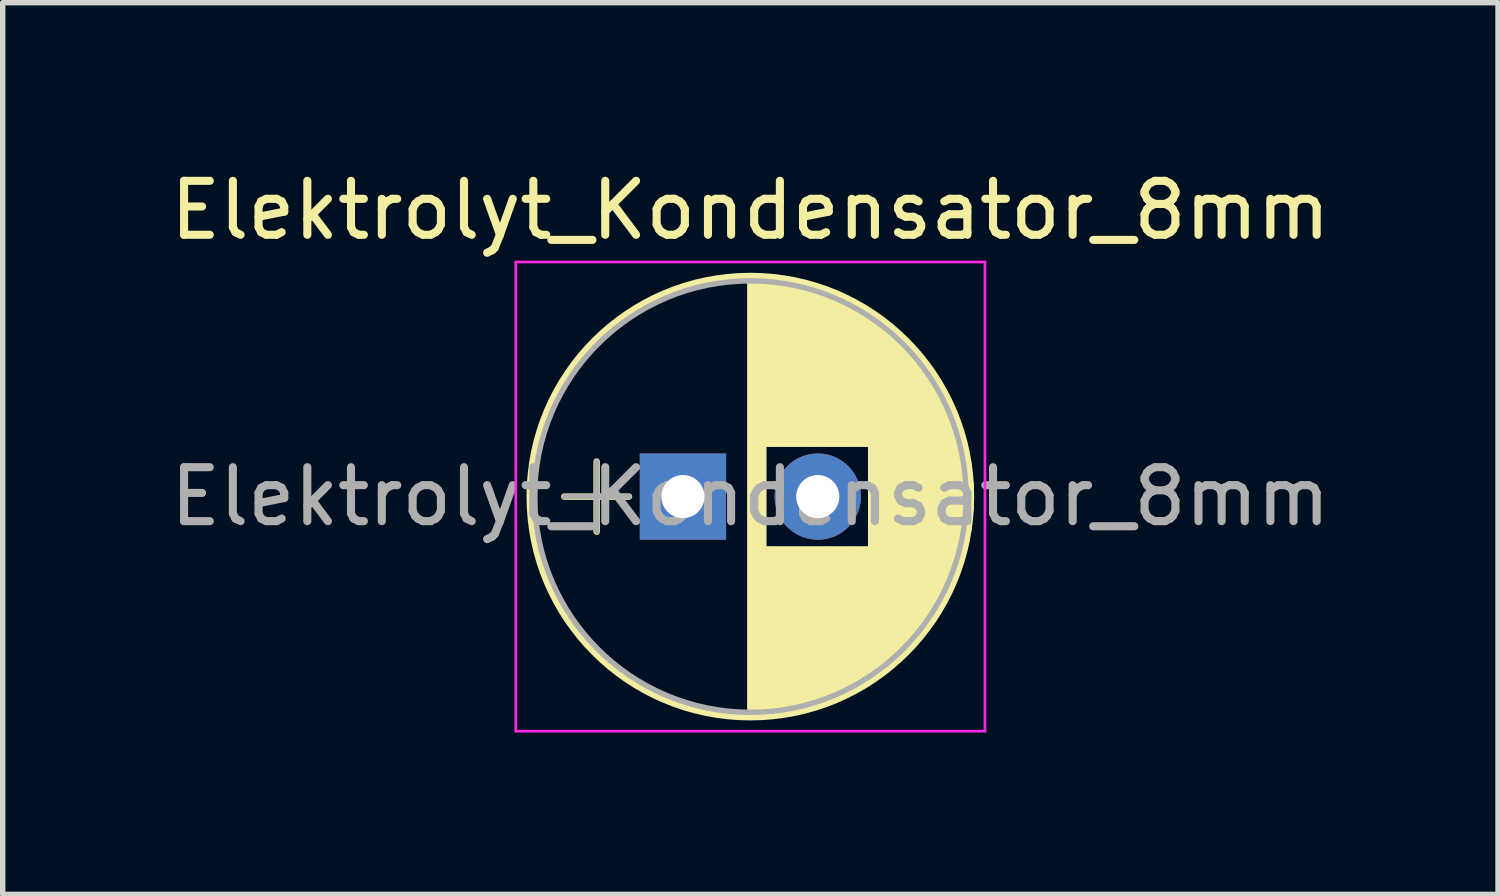
<source format=kicad_pcb>
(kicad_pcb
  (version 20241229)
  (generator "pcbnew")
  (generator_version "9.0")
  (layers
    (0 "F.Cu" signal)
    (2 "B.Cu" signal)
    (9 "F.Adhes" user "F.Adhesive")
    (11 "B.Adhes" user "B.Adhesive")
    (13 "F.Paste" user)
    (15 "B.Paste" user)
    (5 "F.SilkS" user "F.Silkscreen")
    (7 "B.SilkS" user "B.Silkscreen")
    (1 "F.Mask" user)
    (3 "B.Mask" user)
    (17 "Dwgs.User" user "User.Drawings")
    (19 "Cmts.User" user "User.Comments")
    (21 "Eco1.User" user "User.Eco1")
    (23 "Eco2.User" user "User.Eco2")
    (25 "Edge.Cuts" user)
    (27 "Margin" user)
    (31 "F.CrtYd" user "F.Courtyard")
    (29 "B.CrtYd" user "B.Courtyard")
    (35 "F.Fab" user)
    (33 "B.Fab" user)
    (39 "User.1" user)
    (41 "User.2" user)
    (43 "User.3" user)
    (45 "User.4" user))
  (footprint "Elektrolyt_Kondensator_8mm"
    (layer "F.Cu")
    (at 9.613 6.158)
    (property "Reference" "Elektrolyt_Kondensator_8mm" (at 1.25 -5.31 0) (layer "F.SilkS") (effects (font (size 1 1) (thickness 0.15))))
    (attr through_hole)
    (fp_line (start -2.2 0) (end -1 0) (stroke (width 0.12) (type solid)) (layer "F.SilkS"))
    (fp_line (start -1.6 -0.65) (end -1.6 0.65) (stroke (width 0.12) (type solid)) (layer "F.SilkS"))
    (fp_line (start 1.25 -4.05) (end 1.25 4.05) (stroke (width 0.12) (type solid)) (layer "F.SilkS"))
    (fp_line (start 1.29 -4.05) (end 1.29 4.05) (stroke (width 0.12) (type solid)) (layer "F.SilkS"))
    (fp_line (start 1.33 -4.05) (end 1.33 4.05) (stroke (width 0.12) (type solid)) (layer "F.SilkS"))
    (fp_line (start 1.37 -4.049) (end 1.37 4.049) (stroke (width 0.12) (type solid)) (layer "F.SilkS"))
    (fp_line (start 1.41 -4.047) (end 1.41 4.047) (stroke (width 0.12) (type solid)) (layer "F.SilkS"))
    (fp_line (start 1.45 -4.046) (end 1.45 4.046) (stroke (width 0.12) (type solid)) (layer "F.SilkS"))
    (fp_line (start 1.49 -4.043) (end 1.49 4.043) (stroke (width 0.12) (type solid)) (layer "F.SilkS"))
    (fp_line (start 1.53 -4.041) (end 1.53 -0.98) (stroke (width 0.12) (type solid)) (layer "F.SilkS"))
    (fp_line (start 1.53 0.98) (end 1.53 4.041) (stroke (width 0.12) (type solid)) (layer "F.SilkS"))
    (fp_line (start 1.57 -4.038) (end 1.57 -0.98) (stroke (width 0.12) (type solid)) (layer "F.SilkS"))
    (fp_line (start 1.57 0.98) (end 1.57 4.038) (stroke (width 0.12) (type solid)) (layer "F.SilkS"))
    (fp_line (start 1.61 -4.035) (end 1.61 -0.98) (stroke (width 0.12) (type solid)) (layer "F.SilkS"))
    (fp_line (start 1.61 0.98) (end 1.61 4.035) (stroke (width 0.12) (type solid)) (layer "F.SilkS"))
    (fp_line (start 1.65 -4.031) (end 1.65 -0.98) (stroke (width 0.12) (type solid)) (layer "F.SilkS"))
    (fp_line (start 1.65 0.98) (end 1.65 4.031) (stroke (width 0.12) (type solid)) (layer "F.SilkS"))
    (fp_line (start 1.69 -4.027) (end 1.69 -0.98) (stroke (width 0.12) (type solid)) (layer "F.SilkS"))
    (fp_line (start 1.69 0.98) (end 1.69 4.027) (stroke (width 0.12) (type solid)) (layer "F.SilkS"))
    (fp_line (start 1.73 -4.022) (end 1.73 -0.98) (stroke (width 0.12) (type solid)) (layer "F.SilkS"))
    (fp_line (start 1.73 0.98) (end 1.73 4.022) (stroke (width 0.12) (type solid)) (layer "F.SilkS"))
    (fp_line (start 1.77 -4.017) (end 1.77 -0.98) (stroke (width 0.12) (type solid)) (layer "F.SilkS"))
    (fp_line (start 1.77 0.98) (end 1.77 4.017) (stroke (width 0.12) (type solid)) (layer "F.SilkS"))
    (fp_line (start 1.81 -4.012) (end 1.81 -0.98) (stroke (width 0.12) (type solid)) (layer "F.SilkS"))
    (fp_line (start 1.81 0.98) (end 1.81 4.012) (stroke (width 0.12) (type solid)) (layer "F.SilkS"))
    (fp_line (start 1.85 -4.006) (end 1.85 -0.98) (stroke (width 0.12) (type solid)) (layer "F.SilkS"))
    (fp_line (start 1.85 0.98) (end 1.85 4.006) (stroke (width 0.12) (type solid)) (layer "F.SilkS"))
    (fp_line (start 1.89 -4) (end 1.89 -0.98) (stroke (width 0.12) (type solid)) (layer "F.SilkS"))
    (fp_line (start 1.89 0.98) (end 1.89 4) (stroke (width 0.12) (type solid)) (layer "F.SilkS"))
    (fp_line (start 1.93 -3.994) (end 1.93 -0.98) (stroke (width 0.12) (type solid)) (layer "F.SilkS"))
    (fp_line (start 1.93 0.98) (end 1.93 3.994) (stroke (width 0.12) (type solid)) (layer "F.SilkS"))
    (fp_line (start 1.971 -3.987) (end 1.971 -0.98) (stroke (width 0.12) (type solid)) (layer "F.SilkS"))
    (fp_line (start 1.971 0.98) (end 1.971 3.987) (stroke (width 0.12) (type solid)) (layer "F.SilkS"))
    (fp_line (start 2.011 -3.979) (end 2.011 -0.98) (stroke (width 0.12) (type solid)) (layer "F.SilkS"))
    (fp_line (start 2.011 0.98) (end 2.011 3.979) (stroke (width 0.12) (type solid)) (layer "F.SilkS"))
    (fp_line (start 2.051 -3.971) (end 2.051 -0.98) (stroke (width 0.12) (type solid)) (layer "F.SilkS"))
    (fp_line (start 2.051 0.98) (end 2.051 3.971) (stroke (width 0.12) (type solid)) (layer "F.SilkS"))
    (fp_line (start 2.091 -3.963) (end 2.091 -0.98) (stroke (width 0.12) (type solid)) (layer "F.SilkS"))
    (fp_line (start 2.091 0.98) (end 2.091 3.963) (stroke (width 0.12) (type solid)) (layer "F.SilkS"))
    (fp_line (start 2.131 -3.955) (end 2.131 -0.98) (stroke (width 0.12) (type solid)) (layer "F.SilkS"))
    (fp_line (start 2.131 0.98) (end 2.131 3.955) (stroke (width 0.12) (type solid)) (layer "F.SilkS"))
    (fp_line (start 2.171 -3.946) (end 2.171 -0.98) (stroke (width 0.12) (type solid)) (layer "F.SilkS"))
    (fp_line (start 2.171 0.98) (end 2.171 3.946) (stroke (width 0.12) (type solid)) (layer "F.SilkS"))
    (fp_line (start 2.211 -3.936) (end 2.211 -0.98) (stroke (width 0.12) (type solid)) (layer "F.SilkS"))
    (fp_line (start 2.211 0.98) (end 2.211 3.936) (stroke (width 0.12) (type solid)) (layer "F.SilkS"))
    (fp_line (start 2.251 -3.926) (end 2.251 -0.98) (stroke (width 0.12) (type solid)) (layer "F.SilkS"))
    (fp_line (start 2.251 0.98) (end 2.251 3.926) (stroke (width 0.12) (type solid)) (layer "F.SilkS"))
    (fp_line (start 2.291 -3.916) (end 2.291 -0.98) (stroke (width 0.12) (type solid)) (layer "F.SilkS"))
    (fp_line (start 2.291 0.98) (end 2.291 3.916) (stroke (width 0.12) (type solid)) (layer "F.SilkS"))
    (fp_line (start 2.331 -3.905) (end 2.331 -0.98) (stroke (width 0.12) (type solid)) (layer "F.SilkS"))
    (fp_line (start 2.331 0.98) (end 2.331 3.905) (stroke (width 0.12) (type solid)) (layer "F.SilkS"))
    (fp_line (start 2.371 -3.894) (end 2.371 -0.98) (stroke (width 0.12) (type solid)) (layer "F.SilkS"))
    (fp_line (start 2.371 0.98) (end 2.371 3.894) (stroke (width 0.12) (type solid)) (layer "F.SilkS"))
    (fp_line (start 2.411 -3.883) (end 2.411 -0.98) (stroke (width 0.12) (type solid)) (layer "F.SilkS"))
    (fp_line (start 2.411 0.98) (end 2.411 3.883) (stroke (width 0.12) (type solid)) (layer "F.SilkS"))
    (fp_line (start 2.451 -3.87) (end 2.451 -0.98) (stroke (width 0.12) (type solid)) (layer "F.SilkS"))
    (fp_line (start 2.451 0.98) (end 2.451 3.87) (stroke (width 0.12) (type solid)) (layer "F.SilkS"))
    (fp_line (start 2.491 -3.858) (end 2.491 -0.98) (stroke (width 0.12) (type solid)) (layer "F.SilkS"))
    (fp_line (start 2.491 0.98) (end 2.491 3.858) (stroke (width 0.12) (type solid)) (layer "F.SilkS"))
    (fp_line (start 2.531 -3.845) (end 2.531 -0.98) (stroke (width 0.12) (type solid)) (layer "F.SilkS"))
    (fp_line (start 2.531 0.98) (end 2.531 3.845) (stroke (width 0.12) (type solid)) (layer "F.SilkS"))
    (fp_line (start 2.571 -3.832) (end 2.571 -0.98) (stroke (width 0.12) (type solid)) (layer "F.SilkS"))
    (fp_line (start 2.571 0.98) (end 2.571 3.832) (stroke (width 0.12) (type solid)) (layer "F.SilkS"))
    (fp_line (start 2.611 -3.818) (end 2.611 -0.98) (stroke (width 0.12) (type solid)) (layer "F.SilkS"))
    (fp_line (start 2.611 0.98) (end 2.611 3.818) (stroke (width 0.12) (type solid)) (layer "F.SilkS"))
    (fp_line (start 2.651 -3.803) (end 2.651 -0.98) (stroke (width 0.12) (type solid)) (layer "F.SilkS"))
    (fp_line (start 2.651 0.98) (end 2.651 3.803) (stroke (width 0.12) (type solid)) (layer "F.SilkS"))
    (fp_line (start 2.691 -3.789) (end 2.691 -0.98) (stroke (width 0.12) (type solid)) (layer "F.SilkS"))
    (fp_line (start 2.691 0.98) (end 2.691 3.789) (stroke (width 0.12) (type solid)) (layer "F.SilkS"))
    (fp_line (start 2.731 -3.773) (end 2.731 -0.98) (stroke (width 0.12) (type solid)) (layer "F.SilkS"))
    (fp_line (start 2.731 0.98) (end 2.731 3.773) (stroke (width 0.12) (type solid)) (layer "F.SilkS"))
    (fp_line (start 2.771 -3.758) (end 2.771 -0.98) (stroke (width 0.12) (type solid)) (layer "F.SilkS"))
    (fp_line (start 2.771 0.98) (end 2.771 3.758) (stroke (width 0.12) (type solid)) (layer "F.SilkS"))
    (fp_line (start 2.811 -3.741) (end 2.811 -0.98) (stroke (width 0.12) (type solid)) (layer "F.SilkS"))
    (fp_line (start 2.811 0.98) (end 2.811 3.741) (stroke (width 0.12) (type solid)) (layer "F.SilkS"))
    (fp_line (start 2.851 -3.725) (end 2.851 -0.98) (stroke (width 0.12) (type solid)) (layer "F.SilkS"))
    (fp_line (start 2.851 0.98) (end 2.851 3.725) (stroke (width 0.12) (type solid)) (layer "F.SilkS"))
    (fp_line (start 2.891 -3.707) (end 2.891 -0.98) (stroke (width 0.12) (type solid)) (layer "F.SilkS"))
    (fp_line (start 2.891 0.98) (end 2.891 3.707) (stroke (width 0.12) (type solid)) (layer "F.SilkS"))
    (fp_line (start 2.931 -3.69) (end 2.931 -0.98) (stroke (width 0.12) (type solid)) (layer "F.SilkS"))
    (fp_line (start 2.931 0.98) (end 2.931 3.69) (stroke (width 0.12) (type solid)) (layer "F.SilkS"))
    (fp_line (start 2.971 -3.671) (end 2.971 -0.98) (stroke (width 0.12) (type solid)) (layer "F.SilkS"))
    (fp_line (start 2.971 0.98) (end 2.971 3.671) (stroke (width 0.12) (type solid)) (layer "F.SilkS"))
    (fp_line (start 3.011 -3.652) (end 3.011 -0.98) (stroke (width 0.12) (type solid)) (layer "F.SilkS"))
    (fp_line (start 3.011 0.98) (end 3.011 3.652) (stroke (width 0.12) (type solid)) (layer "F.SilkS"))
    (fp_line (start 3.051 -3.633) (end 3.051 -0.98) (stroke (width 0.12) (type solid)) (layer "F.SilkS"))
    (fp_line (start 3.051 0.98) (end 3.051 3.633) (stroke (width 0.12) (type solid)) (layer "F.SilkS"))
    (fp_line (start 3.091 -3.613) (end 3.091 -0.98) (stroke (width 0.12) (type solid)) (layer "F.SilkS"))
    (fp_line (start 3.091 0.98) (end 3.091 3.613) (stroke (width 0.12) (type solid)) (layer "F.SilkS"))
    (fp_line (start 3.131 -3.593) (end 3.131 -0.98) (stroke (width 0.12) (type solid)) (layer "F.SilkS"))
    (fp_line (start 3.131 0.98) (end 3.131 3.593) (stroke (width 0.12) (type solid)) (layer "F.SilkS"))
    (fp_line (start 3.171 -3.572) (end 3.171 -0.98) (stroke (width 0.12) (type solid)) (layer "F.SilkS"))
    (fp_line (start 3.171 0.98) (end 3.171 3.572) (stroke (width 0.12) (type solid)) (layer "F.SilkS"))
    (fp_line (start 3.211 -3.55) (end 3.211 -0.98) (stroke (width 0.12) (type solid)) (layer "F.SilkS"))
    (fp_line (start 3.211 0.98) (end 3.211 3.55) (stroke (width 0.12) (type solid)) (layer "F.SilkS"))
    (fp_line (start 3.251 -3.528) (end 3.251 -0.98) (stroke (width 0.12) (type solid)) (layer "F.SilkS"))
    (fp_line (start 3.251 0.98) (end 3.251 3.528) (stroke (width 0.12) (type solid)) (layer "F.SilkS"))
    (fp_line (start 3.291 -3.505) (end 3.291 -0.98) (stroke (width 0.12) (type solid)) (layer "F.SilkS"))
    (fp_line (start 3.291 0.98) (end 3.291 3.505) (stroke (width 0.12) (type solid)) (layer "F.SilkS"))
    (fp_line (start 3.331 -3.482) (end 3.331 -0.98) (stroke (width 0.12) (type solid)) (layer "F.SilkS"))
    (fp_line (start 3.331 0.98) (end 3.331 3.482) (stroke (width 0.12) (type solid)) (layer "F.SilkS"))
    (fp_line (start 3.371 -3.458) (end 3.371 -0.98) (stroke (width 0.12) (type solid)) (layer "F.SilkS"))
    (fp_line (start 3.371 0.98) (end 3.371 3.458) (stroke (width 0.12) (type solid)) (layer "F.SilkS"))
    (fp_line (start 3.411 -3.434) (end 3.411 -0.98) (stroke (width 0.12) (type solid)) (layer "F.SilkS"))
    (fp_line (start 3.411 0.98) (end 3.411 3.434) (stroke (width 0.12) (type solid)) (layer "F.SilkS"))
    (fp_line (start 3.451 -3.408) (end 3.451 -0.98) (stroke (width 0.12) (type solid)) (layer "F.SilkS"))
    (fp_line (start 3.451 0.98) (end 3.451 3.408) (stroke (width 0.12) (type solid)) (layer "F.SilkS"))
    (fp_line (start 3.491 -3.383) (end 3.491 3.383) (stroke (width 0.12) (type solid)) (layer "F.SilkS"))
    (fp_line (start 3.531 -3.356) (end 3.531 3.356) (stroke (width 0.12) (type solid)) (layer "F.SilkS"))
    (fp_line (start 3.571 -3.329) (end 3.571 3.329) (stroke (width 0.12) (type solid)) (layer "F.SilkS"))
    (fp_line (start 3.611 -3.301) (end 3.611 3.301) (stroke (width 0.12) (type solid)) (layer "F.SilkS"))
    (fp_line (start 3.651 -3.272) (end 3.651 3.272) (stroke (width 0.12) (type solid)) (layer "F.SilkS"))
    (fp_line (start 3.691 -3.243) (end 3.691 3.243) (stroke (width 0.12) (type solid)) (layer "F.SilkS"))
    (fp_line (start 3.731 -3.213) (end 3.731 3.213) (stroke (width 0.12) (type solid)) (layer "F.SilkS"))
    (fp_line (start 3.771 -3.182) (end 3.771 3.182) (stroke (width 0.12) (type solid)) (layer "F.SilkS"))
    (fp_line (start 3.811 -3.15) (end 3.811 3.15) (stroke (width 0.12) (type solid)) (layer "F.SilkS"))
    (fp_line (start 3.851 -3.118) (end 3.851 3.118) (stroke (width 0.12) (type solid)) (layer "F.SilkS"))
    (fp_line (start 3.891 -3.084) (end 3.891 3.084) (stroke (width 0.12) (type solid)) (layer "F.SilkS"))
    (fp_line (start 3.931 -3.05) (end 3.931 3.05) (stroke (width 0.12) (type solid)) (layer "F.SilkS"))
    (fp_line (start 3.971 -3.015) (end 3.971 3.015) (stroke (width 0.12) (type solid)) (layer "F.SilkS"))
    (fp_line (start 4.011 -2.979) (end 4.011 2.979) (stroke (width 0.12) (type solid)) (layer "F.SilkS"))
    (fp_line (start 4.051 -2.942) (end 4.051 2.942) (stroke (width 0.12) (type solid)) (layer "F.SilkS"))
    (fp_line (start 4.091 -2.904) (end 4.091 2.904) (stroke (width 0.12) (type solid)) (layer "F.SilkS"))
    (fp_line (start 4.131 -2.865) (end 4.131 2.865) (stroke (width 0.12) (type solid)) (layer "F.SilkS"))
    (fp_line (start 4.171 -2.824) (end 4.171 2.824) (stroke (width 0.12) (type solid)) (layer "F.SilkS"))
    (fp_line (start 4.211 -2.783) (end 4.211 2.783) (stroke (width 0.12) (type solid)) (layer "F.SilkS"))
    (fp_line (start 4.251 -2.74) (end 4.251 2.74) (stroke (width 0.12) (type solid)) (layer "F.SilkS"))
    (fp_line (start 4.291 -2.697) (end 4.291 2.697) (stroke (width 0.12) (type solid)) (layer "F.SilkS"))
    (fp_line (start 4.331 -2.652) (end 4.331 2.652) (stroke (width 0.12) (type solid)) (layer "F.SilkS"))
    (fp_line (start 4.371 -2.605) (end 4.371 2.605) (stroke (width 0.12) (type solid)) (layer "F.SilkS"))
    (fp_line (start 4.411 -2.557) (end 4.411 2.557) (stroke (width 0.12) (type solid)) (layer "F.SilkS"))
    (fp_line (start 4.451 -2.508) (end 4.451 2.508) (stroke (width 0.12) (type solid)) (layer "F.SilkS"))
    (fp_line (start 4.491 -2.457) (end 4.491 2.457) (stroke (width 0.12) (type solid)) (layer "F.SilkS"))
    (fp_line (start 4.531 -2.404) (end 4.531 2.404) (stroke (width 0.12) (type solid)) (layer "F.SilkS"))
    (fp_line (start 4.571 -2.349) (end 4.571 2.349) (stroke (width 0.12) (type solid)) (layer "F.SilkS"))
    (fp_line (start 4.611 -2.293) (end 4.611 2.293) (stroke (width 0.12) (type solid)) (layer "F.SilkS"))
    (fp_line (start 4.651 -2.234) (end 4.651 2.234) (stroke (width 0.12) (type solid)) (layer "F.SilkS"))
    (fp_line (start 4.691 -2.173) (end 4.691 2.173) (stroke (width 0.12) (type solid)) (layer "F.SilkS"))
    (fp_line (start 4.731 -2.109) (end 4.731 2.109) (stroke (width 0.12) (type solid)) (layer "F.SilkS"))
    (fp_line (start 4.771 -2.043) (end 4.771 2.043) (stroke (width 0.12) (type solid)) (layer "F.SilkS"))
    (fp_line (start 4.811 -1.974) (end 4.811 1.974) (stroke (width 0.12) (type solid)) (layer "F.SilkS"))
    (fp_line (start 4.851 -1.902) (end 4.851 1.902) (stroke (width 0.12) (type solid)) (layer "F.SilkS"))
    (fp_line (start 4.891 -1.826) (end 4.891 1.826) (stroke (width 0.12) (type solid)) (layer "F.SilkS"))
    (fp_line (start 4.931 -1.745) (end 4.931 1.745) (stroke (width 0.12) (type solid)) (layer "F.SilkS"))
    (fp_line (start 4.971 -1.66) (end 4.971 1.66) (stroke (width 0.12) (type solid)) (layer "F.SilkS"))
    (fp_line (start 5.011 -1.57) (end 5.011 1.57) (stroke (width 0.12) (type solid)) (layer "F.SilkS"))
    (fp_line (start 5.051 -1.473) (end 5.051 1.473) (stroke (width 0.12) (type solid)) (layer "F.SilkS"))
    (fp_line (start 5.091 -1.369) (end 5.091 1.369) (stroke (width 0.12) (type solid)) (layer "F.SilkS"))
    (fp_line (start 5.131 -1.254) (end 5.131 1.254) (stroke (width 0.12) (type solid)) (layer "F.SilkS"))
    (fp_line (start 5.171 -1.127) (end 5.171 1.127) (stroke (width 0.12) (type solid)) (layer "F.SilkS"))
    (fp_line (start 5.211 -0.983) (end 5.211 0.983) (stroke (width 0.12) (type solid)) (layer "F.SilkS"))
    (fp_line (start 5.251 -0.814) (end 5.251 0.814) (stroke (width 0.12) (type solid)) (layer "F.SilkS"))
    (fp_line (start 5.291 -0.598) (end 5.291 0.598) (stroke (width 0.12) (type solid)) (layer "F.SilkS"))
    (fp_line (start 5.331 -0.246) (end 5.331 0.246) (stroke (width 0.12) (type solid)) (layer "F.SilkS"))
    (fp_circle (center 1.25 0) (end 5.34 0) (stroke (width 0.12) (type solid)) (fill no) (layer "F.SilkS"))
    (fp_line (start -3.1 -4.35) (end -3.1 4.35) (stroke (width 0.05) (type solid)) (layer "F.CrtYd"))
    (fp_line (start -3.1 4.35) (end 5.6 4.35) (stroke (width 0.05) (type solid)) (layer "F.CrtYd"))
    (fp_line (start 5.6 -4.35) (end -3.1 -4.35) (stroke (width 0.05) (type solid)) (layer "F.CrtYd"))
    (fp_line (start 5.6 4.35) (end 5.6 -4.35) (stroke (width 0.05) (type solid)) (layer "F.CrtYd"))
    (fp_line (start -2.2 0) (end -1 0) (stroke (width 0.1) (type solid)) (layer "F.Fab"))
    (fp_line (start -1.6 -0.65) (end -1.6 0.65) (stroke (width 0.1) (type solid)) (layer "F.Fab"))
    (fp_circle (center 1.25 0) (end 5.25 0) (stroke (width 0.1) (type solid)) (fill no) (layer "F.Fab"))
    (fp_text user "${REFERENCE}" (at 1.25 0 0) (layer "F.Fab") (effects (font (size 1 1) (thickness 0.15))))
    (pad "1" thru_hole rect (at 0 0) (size 1.6 1.6) (drill 0.8) (layers "*.Cu" "*.Mask"))
    (pad "2" thru_hole circle (at 2.5 0) (size 1.6 1.6) (drill 0.8) (layers "*.Cu" "*.Mask")))
  (gr_rect
    (start -3 -3)
    (end 24.726 13.533)
    (stroke (width 0.1) (type default))
    (fill no)
    (layer "Edge.Cuts")))
</source>
